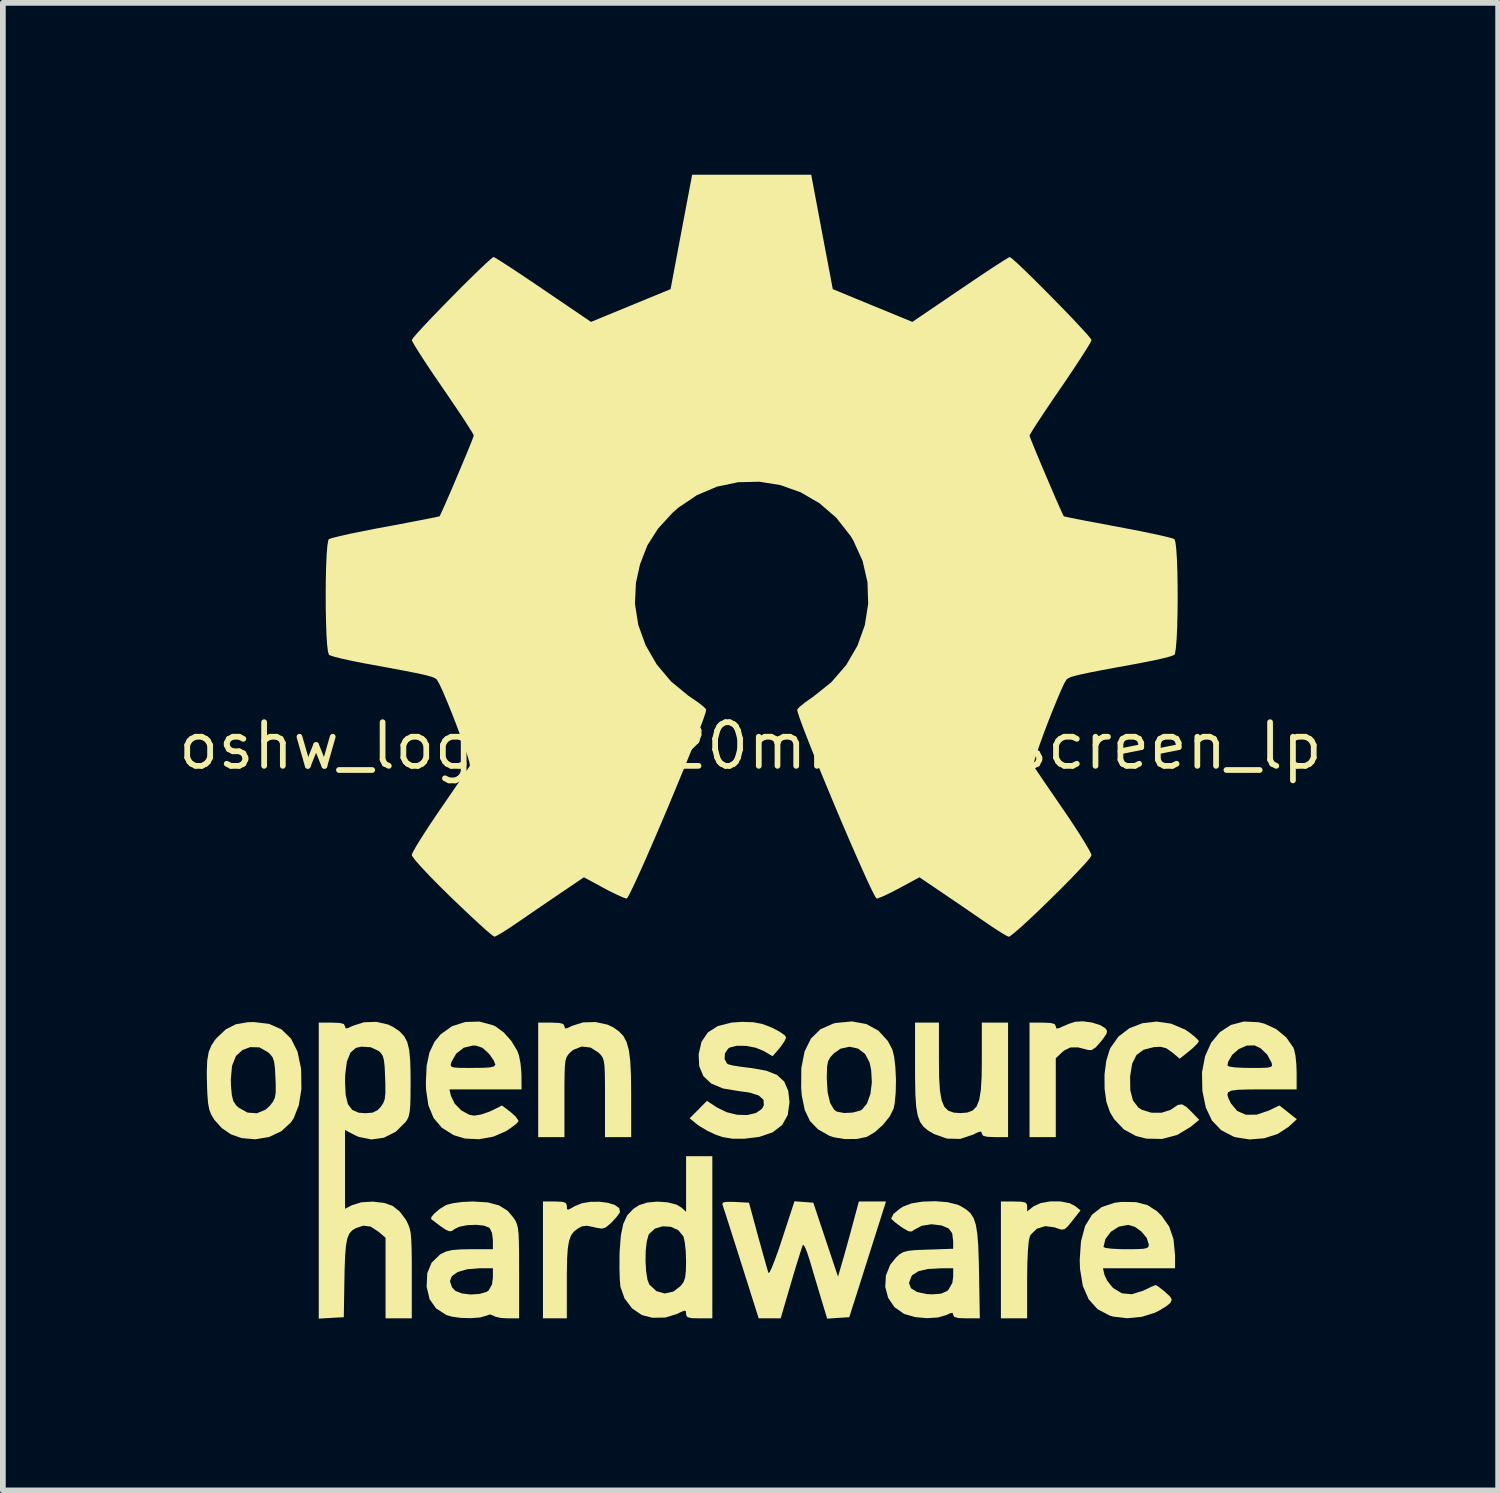
<source format=kicad_pcb>
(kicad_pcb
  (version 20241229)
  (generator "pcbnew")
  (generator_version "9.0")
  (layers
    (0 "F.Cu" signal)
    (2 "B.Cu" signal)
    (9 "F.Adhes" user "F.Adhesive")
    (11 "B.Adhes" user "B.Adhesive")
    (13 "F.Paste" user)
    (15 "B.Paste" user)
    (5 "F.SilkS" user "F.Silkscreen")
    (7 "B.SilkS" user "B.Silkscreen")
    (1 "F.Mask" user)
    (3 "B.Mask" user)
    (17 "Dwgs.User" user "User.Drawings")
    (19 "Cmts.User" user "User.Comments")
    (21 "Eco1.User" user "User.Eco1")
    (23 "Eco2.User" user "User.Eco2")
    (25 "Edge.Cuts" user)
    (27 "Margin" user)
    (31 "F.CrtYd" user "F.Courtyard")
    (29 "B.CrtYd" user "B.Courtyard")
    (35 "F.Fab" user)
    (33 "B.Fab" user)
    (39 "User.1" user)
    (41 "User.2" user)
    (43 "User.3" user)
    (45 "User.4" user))
  (footprint "oshw_logo_19x20mm_silkscreen_lp"
    (layer "F.Cu")
    (at 10.052 9.973)
    (property "Reference" "oshw_logo_19x20mm_silkscreen_lp" (at 0 0 0) (layer "F.SilkS") (effects (font (size 0.762 0.762) (thickness 0.1))))
    (attr through_hole)
    (fp_poly (pts (xy 5.959 4.828) (xy 6.102 4.872) (xy 6.194 4.927) (xy 6.224 4.971) (xy 6.216 5.023) (xy 6.162 5.104) (xy 6.117 5.162) (xy 6.024 5.266) (xy 5.953 5.31) (xy 5.893 5.307) (xy 5.716 5.262) (xy 5.585 5.264) (xy 5.479 5.315) (xy 5.444 5.345) (xy 5.33 5.451) (xy 5.33 6.829) (xy 4.872 6.829) (xy 4.872 4.83) (xy 5.101 4.83) (xy 5.238 4.836) (xy 5.309 4.855) (xy 5.33 4.893) (xy 5.33 4.894) (xy 5.34 4.933) (xy 5.383 4.928) (xy 5.444 4.9) (xy 5.57 4.847) (xy 5.672 4.815) (xy 5.803 4.807) (xy 5.959 4.828)) (stroke (width 0) (type solid)) (fill yes) (layer "F.SilkS"))
    (fp_poly (pts (xy 5.415 7.952) (xy 5.575 7.984) (xy 5.666 8.031) (xy 5.762 8.108) (xy 5.626 8.281) (xy 5.542 8.385) (xy 5.485 8.436) (xy 5.428 8.444) (xy 5.345 8.418) (xy 5.306 8.404) (xy 5.147 8.383) (xy 5.001 8.428) (xy 4.895 8.529) (xy 4.877 8.562) (xy 4.858 8.647) (xy 4.844 8.805) (xy 4.834 9.023) (xy 4.83 9.291) (xy 4.83 9.329) (xy 4.83 9.993) (xy 4.372 9.993) (xy 4.372 7.953) (xy 4.601 7.953) (xy 4.733 7.957) (xy 4.802 7.972) (xy 4.827 8.007) (xy 4.83 8.039) (xy 4.83 8.126) (xy 4.94 8.039) (xy 5.066 7.981) (xy 5.235 7.951) (xy 5.415 7.952)) (stroke (width 0) (type solid)) (fill yes) (layer "F.SilkS"))
    (fp_poly (pts (xy -3.289 7.958) (xy -3.227 7.976) (xy -3.207 8.017) (xy -3.206 8.036) (xy -3.203 8.087) (xy -3.178 8.095) (xy -3.111 8.06) (xy -3.071 8.036) (xy -2.945 7.984) (xy -2.795 7.959) (xy -2.638 7.957) (xy -2.49 7.976) (xy -2.37 8.013) (xy -2.293 8.067) (xy -2.278 8.134) (xy -2.286 8.152) (xy -2.341 8.228) (xy -2.427 8.321) (xy -2.443 8.336) (xy -2.525 8.405) (xy -2.595 8.427) (xy -2.694 8.411) (xy -2.734 8.401) (xy -2.857 8.376) (xy -2.943 8.387) (xy -3.017 8.427) (xy -3.084 8.479) (xy -3.133 8.546) (xy -3.167 8.639) (xy -3.189 8.77) (xy -3.201 8.954) (xy -3.206 9.201) (xy -3.206 9.351) (xy -3.206 9.993) (xy -3.623 9.993) (xy -3.623 7.953) (xy -3.414 7.953) (xy -3.289 7.958)) (stroke (width 0) (type solid)) (fill yes) (layer "F.SilkS"))
    (fp_poly (pts (xy 3.29 5.478) (xy 3.293 5.784) (xy 3.308 6.016) (xy 3.337 6.184) (xy 3.383 6.298) (xy 3.452 6.367) (xy 3.547 6.401) (xy 3.664 6.41) (xy 3.787 6.4) (xy 3.88 6.364) (xy 3.948 6.293) (xy 3.994 6.177) (xy 4.022 6.005) (xy 4.036 5.77) (xy 4.039 5.478) (xy 4.039 4.83) (xy 4.497 4.83) (xy 4.497 6.829) (xy 4.268 6.829) (xy 4.13 6.823) (xy 4.059 6.804) (xy 4.039 6.766) (xy 4.027 6.733) (xy 3.979 6.74) (xy 3.883 6.787) (xy 3.664 6.86) (xy 3.43 6.855) (xy 3.207 6.776) (xy 3.1 6.714) (xy 3.019 6.646) (xy 2.96 6.562) (xy 2.919 6.449) (xy 2.893 6.296) (xy 2.879 6.09) (xy 2.874 5.82) (xy 2.873 5.612) (xy 2.873 4.83) (xy 3.29 4.83) (xy 3.29 5.478)) (stroke (width 0) (type solid)) (fill yes) (layer "F.SilkS"))
    (fp_poly (pts (xy -2.497 4.865) (xy -2.393 4.914) (xy -2.293 4.986) (xy -2.216 5.068) (xy -2.161 5.173) (xy -2.123 5.312) (xy -2.099 5.498) (xy -2.087 5.742) (xy -2.083 6.057) (xy -2.083 6.09) (xy -2.082 6.829) (xy -2.54 6.829) (xy -2.54 6.147) (xy -2.54 5.895) (xy -2.543 5.712) (xy -2.549 5.585) (xy -2.561 5.499) (xy -2.58 5.442) (xy -2.609 5.399) (xy -2.65 5.356) (xy -2.792 5.265) (xy -2.947 5.248) (xy -3.094 5.306) (xy -3.146 5.349) (xy -3.183 5.389) (xy -3.21 5.433) (xy -3.229 5.492) (xy -3.24 5.582) (xy -3.245 5.716) (xy -3.248 5.907) (xy -3.248 6.14) (xy -3.248 6.829) (xy -3.706 6.829) (xy -3.706 4.83) (xy -3.477 4.83) (xy -3.339 4.836) (xy -3.268 4.855) (xy -3.248 4.893) (xy -3.248 4.894) (xy -3.238 4.931) (xy -3.196 4.926) (xy -3.113 4.886) (xy -2.923 4.826) (xy -2.706 4.82) (xy -2.497 4.865)) (stroke (width 0) (type solid)) (fill yes) (layer "F.SilkS"))
    (fp_poly (pts (xy 7.342 4.848) (xy 7.584 4.95) (xy 7.66 5) (xy 7.757 5.077) (xy 7.818 5.137) (xy 7.828 5.157) (xy 7.798 5.2) (xy 7.722 5.274) (xy 7.661 5.326) (xy 7.493 5.46) (xy 7.361 5.349) (xy 7.258 5.277) (xy 7.159 5.252) (xy 7.044 5.258) (xy 6.863 5.303) (xy 6.738 5.397) (xy 6.663 5.548) (xy 6.628 5.766) (xy 6.628 5.766) (xy 6.631 6.01) (xy 6.677 6.189) (xy 6.77 6.311) (xy 6.833 6.352) (xy 7 6.403) (xy 7.178 6.403) (xy 7.333 6.354) (xy 7.37 6.329) (xy 7.462 6.267) (xy 7.534 6.257) (xy 7.612 6.303) (xy 7.698 6.386) (xy 7.834 6.527) (xy 7.683 6.651) (xy 7.45 6.791) (xy 7.187 6.861) (xy 6.912 6.856) (xy 6.731 6.81) (xy 6.52 6.696) (xy 6.351 6.518) (xy 6.275 6.392) (xy 6.213 6.211) (xy 6.182 5.982) (xy 6.181 5.734) (xy 6.212 5.495) (xy 6.273 5.296) (xy 6.282 5.275) (xy 6.424 5.074) (xy 6.616 4.928) (xy 6.843 4.84) (xy 7.091 4.812) (xy 7.342 4.848)) (stroke (width 0) (type solid)) (fill yes) (layer "F.SilkS"))
    (fp_poly (pts (xy 2.023 4.855) (xy 2.233 4.97) (xy 2.398 5.151) (xy 2.476 5.298) (xy 2.509 5.428) (xy 2.53 5.613) (xy 2.54 5.827) (xy 2.536 6.042) (xy 2.519 6.23) (xy 2.499 6.331) (xy 2.431 6.468) (xy 2.313 6.615) (xy 2.171 6.742) (xy 2.031 6.825) (xy 2.027 6.826) (xy 1.853 6.862) (xy 1.646 6.863) (xy 1.45 6.831) (xy 1.374 6.804) (xy 1.179 6.693) (xy 1.039 6.548) (xy 0.948 6.357) (xy 0.896 6.105) (xy 0.885 5.973) (xy 0.886 5.808) (xy 1.332 5.808) (xy 1.347 6.049) (xy 1.391 6.233) (xy 1.46 6.351) (xy 1.509 6.385) (xy 1.634 6.408) (xy 1.783 6.401) (xy 1.912 6.367) (xy 1.946 6.349) (xy 2.035 6.241) (xy 2.094 6.075) (xy 2.119 5.874) (xy 2.107 5.658) (xy 2.08 5.528) (xy 2.001 5.377) (xy 1.877 5.283) (xy 1.728 5.251) (xy 1.573 5.285) (xy 1.454 5.368) (xy 1.392 5.437) (xy 1.355 5.505) (xy 1.338 5.597) (xy 1.333 5.738) (xy 1.332 5.808) (xy 0.886 5.808) (xy 0.888 5.621) (xy 0.945 5.333) (xy 1.056 5.108) (xy 1.222 4.946) (xy 1.442 4.848) (xy 1.489 4.836) (xy 1.772 4.809) (xy 2.023 4.855)) (stroke (width 0) (type solid)) (fill yes) (layer "F.SilkS"))
    (fp_poly (pts (xy 1.097 7.974) (xy 1.312 8.619) (xy 1.528 9.265) (xy 1.595 9.036) (xy 1.636 8.894) (xy 1.689 8.703) (xy 1.747 8.493) (xy 1.777 8.38) (xy 1.892 7.953) (xy 2.366 7.953) (xy 2.224 8.401) (xy 2.154 8.621) (xy 2.07 8.886) (xy 1.982 9.163) (xy 1.904 9.41) (xy 1.725 9.973) (xy 1.532 9.985) (xy 1.339 9.998) (xy 1.234 9.652) (xy 1.17 9.437) (xy 1.099 9.201) (xy 1.038 8.992) (xy 1.035 8.983) (xy 0.989 8.842) (xy 0.949 8.745) (xy 0.92 8.708) (xy 0.914 8.713) (xy 0.894 8.769) (xy 0.855 8.891) (xy 0.802 9.061) (xy 0.74 9.266) (xy 0.707 9.379) (xy 0.527 9.993) (xy 0.143 9.993) (xy -0.163 9.025) (xy -0.249 8.754) (xy -0.328 8.507) (xy -0.395 8.297) (xy -0.447 8.135) (xy -0.48 8.033) (xy -0.49 8.003) (xy -0.482 7.972) (xy -0.419 7.959) (xy -0.289 7.96) (xy -0.268 7.961) (xy -0.026 7.974) (xy 0.132 8.557) (xy 0.191 8.769) (xy 0.243 8.956) (xy 0.284 9.101) (xy 0.31 9.188) (xy 0.315 9.202) (xy 0.335 9.186) (xy 0.375 9.102) (xy 0.43 8.961) (xy 0.497 8.775) (xy 0.553 8.607) (xy 0.768 7.949) (xy 1.097 7.974)) (stroke (width 0) (type solid)) (fill yes) (layer "F.SilkS"))
    (fp_poly (pts (xy -8.405 4.852) (xy -8.188 4.948) (xy -8.022 5.109) (xy -7.909 5.334) (xy -7.848 5.625) (xy -7.844 5.67) (xy -7.84 5.99) (xy -7.885 6.271) (xy -7.974 6.498) (xy -8.022 6.571) (xy -8.19 6.726) (xy -8.403 6.826) (xy -8.642 6.867) (xy -8.885 6.846) (xy -9.07 6.781) (xy -9.23 6.671) (xy -9.36 6.527) (xy -9.362 6.524) (xy -9.415 6.435) (xy -9.449 6.346) (xy -9.47 6.233) (xy -9.482 6.074) (xy -9.487 5.944) (xy -9.49 5.826) (xy -9.073 5.826) (xy -9.069 5.943) (xy -9.054 6.1) (xy -9.028 6.201) (xy -8.981 6.272) (xy -8.937 6.314) (xy -8.781 6.401) (xy -8.618 6.413) (xy -8.466 6.35) (xy -8.39 6.28) (xy -8.335 6.209) (xy -8.303 6.141) (xy -8.289 6.052) (xy -8.288 5.919) (xy -8.293 5.797) (xy -8.302 5.623) (xy -8.317 5.51) (xy -8.343 5.436) (xy -8.388 5.379) (xy -8.424 5.347) (xy -8.573 5.262) (xy -8.733 5.258) (xy -8.868 5.308) (xy -8.983 5.413) (xy -9.051 5.585) (xy -9.073 5.826) (xy -9.49 5.826) (xy -9.492 5.685) (xy -9.484 5.491) (xy -9.459 5.345) (xy -9.413 5.23) (xy -9.345 5.128) (xy -9.319 5.098) (xy -9.159 4.947) (xy -8.988 4.86) (xy -8.778 4.823) (xy -8.676 4.82) (xy -8.405 4.852)) (stroke (width 0) (type solid)) (fill yes) (layer "F.SilkS"))
    (fp_poly (pts (xy -0.666 9.993) (xy -0.895 9.993) (xy -1.028 9.99) (xy -1.097 9.973) (xy -1.122 9.938) (xy -1.124 9.915) (xy -1.128 9.867) (xy -1.155 9.858) (xy -1.225 9.887) (xy -1.279 9.915) (xy -1.487 9.979) (xy -1.713 9.983) (xy -1.897 9.935) (xy -2.068 9.818) (xy -2.198 9.646) (xy -2.27 9.443) (xy -2.272 9.431) (xy -2.282 9.307) (xy -2.287 9.129) (xy -2.287 8.994) (xy -1.832 8.994) (xy -1.822 9.173) (xy -1.798 9.321) (xy -1.765 9.404) (xy -1.642 9.518) (xy -1.497 9.559) (xy -1.346 9.526) (xy -1.218 9.427) (xy -1.169 9.361) (xy -1.141 9.282) (xy -1.128 9.167) (xy -1.124 8.994) (xy -1.13 8.822) (xy -1.146 8.672) (xy -1.168 8.571) (xy -1.171 8.562) (xy -1.26 8.454) (xy -1.389 8.395) (xy -1.534 8.386) (xy -1.669 8.427) (xy -1.769 8.519) (xy -1.779 8.537) (xy -1.811 8.65) (xy -1.829 8.811) (xy -1.832 8.994) (xy -2.287 8.994) (xy -2.287 8.926) (xy -2.284 8.817) (xy -2.263 8.547) (xy -2.221 8.344) (xy -2.151 8.194) (xy -2.046 8.083) (xy -1.945 8.017) (xy -1.803 7.971) (xy -1.626 7.955) (xy -1.445 7.968) (xy -1.291 8.008) (xy -1.209 8.056) (xy -1.124 8.133) (xy -1.124 7.162) (xy -0.666 7.162) (xy -0.666 9.993)) (stroke (width 0) (type solid)) (fill yes) (layer "F.SilkS"))
    (fp_poly (pts (xy 8.868 4.823) (xy 8.974 4.849) (xy 9.179 4.944) (xy 9.354 5.089) (xy 9.475 5.262) (xy 9.491 5.301) (xy 9.514 5.403) (xy 9.53 5.555) (xy 9.535 5.707) (xy 9.535 5.996) (xy 8.932 5.996) (xy 8.683 5.997) (xy 8.507 6.003) (xy 8.396 6.018) (xy 8.338 6.046) (xy 8.326 6.092) (xy 8.348 6.16) (xy 8.387 6.24) (xy 8.498 6.373) (xy 8.651 6.439) (xy 8.838 6.437) (xy 9.05 6.365) (xy 9.234 6.276) (xy 9.386 6.396) (xy 9.538 6.517) (xy 9.395 6.649) (xy 9.204 6.774) (xy 8.969 6.849) (xy 8.716 6.87) (xy 8.471 6.832) (xy 8.432 6.82) (xy 8.217 6.707) (xy 8.057 6.54) (xy 7.949 6.313) (xy 7.889 6.02) (xy 7.889 6.014) (xy 7.883 5.695) (xy 7.905 5.582) (xy 8.328 5.582) (xy 8.367 5.599) (xy 8.472 5.613) (xy 8.628 5.62) (xy 8.726 5.621) (xy 8.91 5.621) (xy 9.025 5.616) (xy 9.085 5.604) (xy 9.106 5.581) (xy 9.101 5.542) (xy 9.096 5.528) (xy 9.022 5.389) (xy 8.905 5.277) (xy 8.801 5.228) (xy 8.664 5.231) (xy 8.525 5.292) (xy 8.408 5.394) (xy 8.338 5.517) (xy 8.328 5.582) (xy 7.905 5.582) (xy 7.937 5.415) (xy 8.043 5.18) (xy 8.195 4.996) (xy 8.387 4.871) (xy 8.614 4.811) (xy 8.868 4.823)) (stroke (width 0) (type solid)) (fill yes) (layer "F.SilkS"))
    (fp_poly (pts (xy 0.046 4.823) (xy 0.204 4.853) (xy 0.368 4.915) (xy 0.385 4.923) (xy 0.509 4.989) (xy 0.595 5.049) (xy 0.623 5.088) (xy 0.596 5.151) (xy 0.532 5.245) (xy 0.504 5.28) (xy 0.386 5.417) (xy 0.235 5.328) (xy 0.091 5.268) (xy -0.076 5.236) (xy -0.236 5.234) (xy -0.359 5.264) (xy -0.389 5.283) (xy -0.446 5.368) (xy -0.452 5.467) (xy -0.41 5.544) (xy -0.385 5.559) (xy -0.31 5.578) (xy -0.178 5.599) (xy -0.016 5.62) (xy 0.014 5.623) (xy 0.275 5.669) (xy 0.464 5.745) (xy 0.59 5.86) (xy 0.659 6.021) (xy 0.681 6.218) (xy 0.651 6.441) (xy 0.554 6.617) (xy 0.388 6.745) (xy 0.155 6.825) (xy -0.104 6.857) (xy -0.315 6.857) (xy -0.487 6.828) (xy -0.604 6.788) (xy -0.752 6.719) (xy -0.888 6.638) (xy -0.937 6.603) (xy -1.062 6.501) (xy -0.76 6.196) (xy -0.589 6.309) (xy -0.417 6.394) (xy -0.234 6.439) (xy -0.058 6.444) (xy 0.093 6.409) (xy 0.199 6.337) (xy 0.233 6.275) (xy 0.228 6.177) (xy 0.143 6.102) (xy -0.022 6.05) (xy -0.202 6.026) (xy -0.479 5.98) (xy -0.685 5.894) (xy -0.823 5.764) (xy -0.895 5.589) (xy -0.905 5.382) (xy -0.855 5.165) (xy -0.744 5.001) (xy -0.568 4.889) (xy -0.327 4.829) (xy -0.149 4.817) (xy 0.046 4.823)) (stroke (width 0) (type solid)) (fill yes) (layer "F.SilkS"))
    (fp_poly (pts (xy 6.731 7.964) (xy 6.93 8.016) (xy 7.097 8.123) (xy 7.177 8.202) (xy 7.31 8.391) (xy 7.385 8.61) (xy 7.411 8.879) (xy 7.412 8.9) (xy 7.412 9.119) (xy 6.154 9.119) (xy 6.18 9.234) (xy 6.229 9.337) (xy 6.314 9.445) (xy 6.331 9.463) (xy 6.484 9.556) (xy 6.657 9.572) (xy 6.857 9.51) (xy 6.891 9.494) (xy 6.995 9.443) (xy 7.065 9.415) (xy 7.077 9.412) (xy 7.12 9.438) (xy 7.2 9.501) (xy 7.241 9.535) (xy 7.327 9.614) (xy 7.355 9.666) (xy 7.335 9.714) (xy 7.325 9.728) (xy 7.255 9.785) (xy 7.139 9.855) (xy 7.058 9.896) (xy 6.829 9.967) (xy 6.575 9.991) (xy 6.334 9.963) (xy 6.267 9.943) (xy 6.058 9.832) (xy 5.904 9.66) (xy 5.802 9.426) (xy 5.753 9.129) (xy 5.748 8.973) (xy 5.763 8.747) (xy 6.163 8.747) (xy 6.201 8.764) (xy 6.305 8.777) (xy 6.456 8.785) (xy 6.558 8.786) (xy 6.742 8.785) (xy 6.858 8.779) (xy 6.922 8.765) (xy 6.949 8.74) (xy 6.954 8.703) (xy 6.918 8.591) (xy 6.828 8.48) (xy 6.71 8.395) (xy 6.592 8.361) (xy 6.431 8.392) (xy 6.292 8.481) (xy 6.196 8.609) (xy 6.163 8.747) (xy 5.763 8.747) (xy 5.771 8.644) (xy 5.842 8.381) (xy 5.962 8.184) (xy 6.134 8.049) (xy 6.358 7.975) (xy 6.479 7.96) (xy 6.731 7.964)) (stroke (width 0) (type solid)) (fill yes) (layer "F.SilkS"))
    (fp_poly (pts (xy -4.493 4.877) (xy -4.451 4.896) (xy -4.308 5.001) (xy -4.172 5.155) (xy -4.07 5.324) (xy -4.042 5.402) (xy -4.015 5.54) (xy -4 5.708) (xy -3.998 5.777) (xy -3.997 5.996) (xy -5.256 5.996) (xy -5.229 6.111) (xy -5.163 6.246) (xy -5.048 6.363) (xy -4.911 6.438) (xy -4.824 6.454) (xy -4.705 6.435) (xy -4.564 6.387) (xy -4.516 6.366) (xy -4.339 6.277) (xy -4.187 6.392) (xy -4.1 6.47) (xy -4.054 6.535) (xy -4.051 6.554) (xy -4.093 6.6) (xy -4.184 6.669) (xy -4.266 6.724) (xy -4.489 6.821) (xy -4.739 6.866) (xy -4.987 6.854) (xy -5.184 6.794) (xy -5.388 6.665) (xy -5.532 6.496) (xy -5.623 6.276) (xy -5.664 5.998) (xy -5.667 5.871) (xy -5.653 5.579) (xy -5.651 5.571) (xy -5.234 5.571) (xy -5.223 5.598) (xy -5.175 5.613) (xy -5.078 5.62) (xy -4.916 5.621) (xy -4.854 5.621) (xy -4.664 5.619) (xy -4.544 5.611) (xy -4.479 5.595) (xy -4.456 5.568) (xy -4.455 5.56) (xy -4.482 5.492) (xy -4.547 5.397) (xy -4.575 5.364) (xy -4.679 5.27) (xy -4.788 5.233) (xy -4.847 5.23) (xy -5.005 5.268) (xy -5.138 5.372) (xy -5.223 5.523) (xy -5.224 5.528) (xy -5.234 5.571) (xy -5.651 5.571) (xy -5.604 5.35) (xy -5.517 5.166) (xy -5.41 5.036) (xy -5.213 4.894) (xy -4.981 4.819) (xy -4.734 4.812) (xy -4.493 4.877)) (stroke (width 0) (type solid)) (fill yes) (layer "F.SilkS"))
    (fp_poly (pts (xy 3.439 7.965) (xy 3.614 8.008) (xy 3.665 8.031) (xy 3.763 8.09) (xy 3.839 8.156) (xy 3.895 8.242) (xy 3.934 8.358) (xy 3.96 8.517) (xy 3.977 8.729) (xy 3.986 9.007) (xy 3.99 9.192) (xy 4.004 9.993) (xy 3.772 9.993) (xy 3.631 9.988) (xy 3.558 9.967) (xy 3.539 9.933) (xy 3.529 9.897) (xy 3.485 9.904) (xy 3.425 9.933) (xy 3.274 9.978) (xy 3.08 9.99) (xy 2.876 9.971) (xy 2.694 9.92) (xy 2.678 9.913) (xy 2.512 9.796) (xy 2.403 9.634) (xy 2.353 9.445) (xy 2.357 9.378) (xy 2.767 9.378) (xy 2.803 9.469) (xy 2.91 9.534) (xy 3.083 9.57) (xy 3.175 9.574) (xy 3.329 9.562) (xy 3.431 9.516) (xy 3.456 9.494) (xy 3.524 9.374) (xy 3.539 9.265) (xy 3.539 9.119) (xy 3.336 9.119) (xy 3.1 9.131) (xy 2.935 9.169) (xy 2.83 9.235) (xy 2.807 9.265) (xy 2.767 9.378) (xy 2.357 9.378) (xy 2.364 9.247) (xy 2.439 9.058) (xy 2.542 8.93) (xy 2.604 8.874) (xy 2.665 8.838) (xy 2.744 8.816) (xy 2.861 8.803) (xy 3.036 8.795) (xy 3.105 8.793) (xy 3.539 8.778) (xy 3.539 8.647) (xy 3.522 8.509) (xy 3.461 8.425) (xy 3.338 8.372) (xy 3.335 8.371) (xy 3.161 8.35) (xy 2.99 8.377) (xy 2.863 8.444) (xy 2.812 8.477) (xy 2.758 8.472) (xy 2.673 8.424) (xy 2.624 8.391) (xy 2.527 8.319) (xy 2.467 8.265) (xy 2.457 8.249) (xy 2.497 8.169) (xy 2.614 8.074) (xy 2.665 8.042) (xy 2.811 7.986) (xy 3.008 7.955) (xy 3.227 7.948) (xy 3.439 7.965)) (stroke (width 0) (type solid)) (fill yes) (layer "F.SilkS"))
    (fp_poly (pts (xy -4.584 7.969) (xy -4.388 8.022) (xy -4.239 8.116) (xy -4.134 8.24) (xy -4.101 8.293) (xy -4.077 8.349) (xy -4.06 8.42) (xy -4.049 8.519) (xy -4.043 8.66) (xy -4.04 8.855) (xy -4.039 9.118) (xy -4.039 9.188) (xy -4.039 9.993) (xy -4.239 9.993) (xy -4.366 9.985) (xy -4.461 9.962) (xy -4.484 9.948) (xy -4.549 9.924) (xy -4.615 9.948) (xy -4.723 9.978) (xy -4.881 9.99) (xy -5.056 9.985) (xy -5.216 9.963) (xy -5.309 9.935) (xy -5.49 9.819) (xy -5.602 9.658) (xy -5.653 9.444) (xy -5.654 9.438) (xy -5.649 9.344) (xy -5.247 9.344) (xy -5.211 9.451) (xy -5.154 9.512) (xy -5.039 9.558) (xy -4.887 9.577) (xy -4.732 9.567) (xy -4.608 9.531) (xy -4.573 9.508) (xy -4.512 9.401) (xy -4.497 9.279) (xy -4.497 9.119) (xy -4.727 9.119) (xy -4.946 9.136) (xy -5.112 9.184) (xy -5.215 9.258) (xy -5.247 9.344) (xy -5.649 9.344) (xy -5.643 9.205) (xy -5.566 9.02) (xy -5.421 8.88) (xy -5.401 8.867) (xy -5.315 8.826) (xy -5.208 8.801) (xy -5.059 8.789) (xy -4.882 8.786) (xy -4.497 8.786) (xy -4.497 8.624) (xy -4.513 8.499) (xy -4.555 8.415) (xy -4.56 8.411) (xy -4.653 8.374) (xy -4.793 8.36) (xy -4.948 8.367) (xy -5.084 8.394) (xy -5.166 8.434) (xy -5.21 8.467) (xy -5.256 8.473) (xy -5.32 8.446) (xy -5.417 8.38) (xy -5.563 8.269) (xy -5.576 8.259) (xy -5.569 8.22) (xy -5.512 8.156) (xy -5.426 8.084) (xy -5.33 8.024) (xy -5.3 8.01) (xy -5.19 7.982) (xy -5.03 7.961) (xy -4.85 7.953) (xy -4.842 7.953) (xy -4.584 7.969)) (stroke (width 0) (type solid)) (fill yes) (layer "F.SilkS"))
    (fp_poly (pts (xy -6.321 4.865) (xy -6.233 4.909) (xy -6.125 4.984) (xy -6.046 5.067) (xy -5.992 5.17) (xy -5.958 5.309) (xy -5.94 5.497) (xy -5.934 5.749) (xy -5.934 5.858) (xy -5.935 6.095) (xy -5.939 6.265) (xy -5.949 6.383) (xy -5.966 6.463) (xy -5.992 6.523) (xy -6.019 6.563) (xy -6.193 6.735) (xy -6.398 6.839) (xy -6.618 6.87) (xy -6.84 6.825) (xy -6.91 6.793) (xy -7.079 6.705) (xy -7.079 8.08) (xy -6.956 8.017) (xy -6.794 7.967) (xy -6.595 7.955) (xy -6.396 7.978) (xy -6.246 8.03) (xy -6.122 8.13) (xy -6.016 8.272) (xy -6.008 8.287) (xy -5.974 8.356) (xy -5.949 8.425) (xy -5.932 8.509) (xy -5.922 8.622) (xy -5.916 8.778) (xy -5.913 8.99) (xy -5.913 9.23) (xy -5.913 9.993) (xy -6.371 9.993) (xy -6.371 8.585) (xy -6.499 8.477) (xy -6.632 8.391) (xy -6.758 8.375) (xy -6.885 8.416) (xy -6.952 8.455) (xy -7.003 8.512) (xy -7.038 8.597) (xy -7.062 8.722) (xy -7.077 8.901) (xy -7.086 9.144) (xy -7.089 9.306) (xy -7.1 9.973) (xy -7.318 9.985) (xy -7.537 9.998) (xy -7.537 5.863) (xy -7.079 5.863) (xy -7.067 6.094) (xy -7.028 6.254) (xy -6.954 6.353) (xy -6.84 6.403) (xy -6.725 6.412) (xy -6.594 6.401) (xy -6.508 6.357) (xy -6.453 6.298) (xy -6.411 6.235) (xy -6.385 6.165) (xy -6.374 6.066) (xy -6.374 5.918) (xy -6.378 5.795) (xy -6.386 5.608) (xy -6.399 5.486) (xy -6.421 5.408) (xy -6.457 5.356) (xy -6.49 5.326) (xy -6.629 5.26) (xy -6.795 5.25) (xy -6.889 5.272) (xy -6.983 5.353) (xy -7.046 5.509) (xy -7.076 5.741) (xy -7.079 5.863) (xy -7.537 5.863) (xy -7.537 4.83) (xy -7.308 4.83) (xy -7.17 4.836) (xy -7.099 4.855) (xy -7.079 4.893) (xy -7.079 4.894) (xy -7.069 4.931) (xy -7.027 4.926) (xy -6.943 4.886) (xy -6.748 4.824) (xy -6.529 4.817) (xy -6.321 4.865)) (stroke (width 0) (type solid)) (fill yes) (layer "F.SilkS"))
    (fp_poly (pts (xy 1.248 -8.974) (xy 1.437 -7.975) (xy 2.131 -7.689) (xy 2.826 -7.403) (xy 3.659 -7.969) (xy 3.893 -8.127) (xy 4.103 -8.268) (xy 4.282 -8.386) (xy 4.419 -8.473) (xy 4.503 -8.525) (xy 4.526 -8.536) (xy 4.568 -8.507) (xy 4.657 -8.428) (xy 4.783 -8.309) (xy 4.936 -8.159) (xy 5.107 -7.989) (xy 5.285 -7.809) (xy 5.46 -7.63) (xy 5.624 -7.46) (xy 5.764 -7.31) (xy 5.873 -7.191) (xy 5.939 -7.112) (xy 5.954 -7.086) (xy 5.932 -7.037) (xy 5.868 -6.931) (xy 5.77 -6.777) (xy 5.644 -6.586) (xy 5.498 -6.368) (xy 5.413 -6.244) (xy 5.258 -6.018) (xy 5.121 -5.813) (xy 5.007 -5.641) (xy 4.924 -5.511) (xy 4.879 -5.434) (xy 4.872 -5.418) (xy 4.887 -5.372) (xy 4.93 -5.265) (xy 4.993 -5.111) (xy 5.07 -4.927) (xy 5.155 -4.726) (xy 5.241 -4.525) (xy 5.321 -4.338) (xy 5.391 -4.18) (xy 5.442 -4.066) (xy 5.469 -4.012) (xy 5.47 -4.009) (xy 5.513 -3.999) (xy 5.625 -3.976) (xy 5.796 -3.942) (xy 6.014 -3.901) (xy 6.268 -3.853) (xy 6.415 -3.825) (xy 6.686 -3.774) (xy 6.93 -3.725) (xy 7.136 -3.681) (xy 7.291 -3.645) (xy 7.383 -3.619) (xy 7.401 -3.611) (xy 7.419 -3.557) (xy 7.434 -3.433) (xy 7.445 -3.256) (xy 7.453 -3.038) (xy 7.457 -2.795) (xy 7.458 -2.541) (xy 7.455 -2.29) (xy 7.449 -2.057) (xy 7.439 -1.856) (xy 7.426 -1.702) (xy 7.41 -1.609) (xy 7.4 -1.59) (xy 7.341 -1.567) (xy 7.217 -1.533) (xy 7.043 -1.494) (xy 6.837 -1.453) (xy 6.765 -1.439) (xy 6.418 -1.376) (xy 6.143 -1.325) (xy 5.933 -1.284) (xy 5.777 -1.251) (xy 5.667 -1.225) (xy 5.594 -1.203) (xy 5.549 -1.183) (xy 5.522 -1.163) (xy 5.518 -1.159) (xy 5.48 -1.097) (xy 5.423 -0.975) (xy 5.352 -0.808) (xy 5.272 -0.612) (xy 5.189 -0.402) (xy 5.11 -0.192) (xy 5.04 0.002) (xy 4.984 0.166) (xy 4.949 0.285) (xy 4.939 0.344) (xy 4.94 0.346) (xy 4.972 0.394) (xy 5.043 0.5) (xy 5.146 0.652) (xy 5.275 0.839) (xy 5.42 1.052) (xy 5.462 1.112) (xy 5.61 1.331) (xy 5.74 1.531) (xy 5.845 1.7) (xy 5.918 1.826) (xy 5.953 1.9) (xy 5.954 1.909) (xy 5.926 1.956) (xy 5.846 2.05) (xy 5.725 2.18) (xy 5.575 2.337) (xy 5.404 2.51) (xy 5.223 2.688) (xy 5.043 2.863) (xy 4.873 3.024) (xy 4.724 3.161) (xy 4.606 3.263) (xy 4.53 3.322) (xy 4.509 3.331) (xy 4.46 3.309) (xy 4.359 3.248) (xy 4.223 3.16) (xy 4.119 3.089) (xy 3.929 2.959) (xy 3.705 2.805) (xy 3.48 2.652) (xy 3.359 2.57) (xy 2.95 2.293) (xy 2.606 2.479) (xy 2.45 2.561) (xy 2.316 2.624) (xy 2.226 2.66) (xy 2.203 2.665) (xy 2.176 2.628) (xy 2.122 2.523) (xy 2.044 2.36) (xy 1.949 2.149) (xy 1.838 1.899) (xy 1.717 1.621) (xy 1.589 1.322) (xy 1.459 1.014) (xy 1.331 0.706) (xy 1.208 0.408) (xy 1.095 0.129) (xy 0.996 -0.121) (xy 0.914 -0.333) (xy 0.855 -0.496) (xy 0.821 -0.601) (xy 0.816 -0.637) (xy 0.859 -0.684) (xy 0.952 -0.759) (xy 1.077 -0.847) (xy 1.088 -0.854) (xy 1.411 -1.112) (xy 1.672 -1.414) (xy 1.867 -1.749) (xy 1.996 -2.108) (xy 2.055 -2.482) (xy 2.043 -2.859) (xy 1.957 -3.232) (xy 1.794 -3.59) (xy 1.746 -3.668) (xy 1.498 -3.984) (xy 1.204 -4.238) (xy 0.876 -4.428) (xy 0.523 -4.554) (xy 0.155 -4.613) (xy -0.217 -4.604) (xy -0.584 -4.527) (xy -0.934 -4.379) (xy -1.259 -4.16) (xy -1.359 -4.072) (xy -1.615 -3.793) (xy -1.801 -3.5) (xy -1.928 -3.172) (xy -2 -2.847) (xy -2.017 -2.481) (xy -1.959 -2.114) (xy -1.83 -1.757) (xy -1.637 -1.423) (xy -1.386 -1.125) (xy -1.082 -0.875) (xy -1.042 -0.848) (xy -0.916 -0.762) (xy -0.82 -0.687) (xy -0.774 -0.639) (xy -0.773 -0.637) (xy -0.783 -0.586) (xy -0.822 -0.468) (xy -0.887 -0.295) (xy -0.972 -0.075) (xy -1.074 0.182) (xy -1.19 0.465) (xy -1.314 0.766) (xy -1.443 1.075) (xy -1.573 1.382) (xy -1.7 1.677) (xy -1.819 1.951) (xy -1.927 2.194) (xy -2.02 2.396) (xy -2.093 2.548) (xy -2.142 2.641) (xy -2.162 2.665) (xy -2.223 2.646) (xy -2.336 2.595) (xy -2.484 2.522) (xy -2.564 2.479) (xy -2.908 2.293) (xy -3.317 2.57) (xy -3.526 2.712) (xy -3.755 2.868) (xy -3.969 3.015) (xy -4.077 3.089) (xy -4.228 3.191) (xy -4.356 3.271) (xy -4.444 3.32) (xy -4.472 3.33) (xy -4.514 3.302) (xy -4.606 3.224) (xy -4.74 3.104) (xy -4.906 2.95) (xy -5.096 2.769) (xy -5.217 2.654) (xy -5.427 2.447) (xy -5.609 2.262) (xy -5.754 2.107) (xy -5.857 1.99) (xy -5.909 1.918) (xy -5.914 1.903) (xy -5.891 1.848) (xy -5.827 1.735) (xy -5.729 1.578) (xy -5.605 1.386) (xy -5.461 1.172) (xy -5.42 1.112) (xy -5.271 0.895) (xy -5.137 0.699) (xy -5.026 0.537) (xy -4.946 0.417) (xy -4.903 0.353) (xy -4.899 0.346) (xy -4.905 0.294) (xy -4.938 0.181) (xy -4.992 0.021) (xy -5.061 -0.171) (xy -5.139 -0.38) (xy -5.221 -0.591) (xy -5.302 -0.789) (xy -5.374 -0.959) (xy -5.434 -1.086) (xy -5.474 -1.156) (xy -5.476 -1.159) (xy -5.501 -1.179) (xy -5.542 -1.199) (xy -5.609 -1.22) (xy -5.712 -1.246) (xy -5.858 -1.277) (xy -6.057 -1.316) (xy -6.319 -1.365) (xy -6.651 -1.426) (xy -6.723 -1.439) (xy -6.937 -1.481) (xy -7.123 -1.521) (xy -7.265 -1.557) (xy -7.347 -1.584) (xy -7.358 -1.59) (xy -7.376 -1.645) (xy -7.391 -1.77) (xy -7.403 -1.948) (xy -7.41 -2.166) (xy -7.415 -2.409) (xy -7.416 -2.663) (xy -7.414 -2.914) (xy -7.408 -3.147) (xy -7.399 -3.347) (xy -7.386 -3.5) (xy -7.37 -3.593) (xy -7.36 -3.611) (xy -7.305 -3.63) (xy -7.181 -3.661) (xy -7 -3.702) (xy -6.773 -3.748) (xy -6.515 -3.799) (xy -6.374 -3.825) (xy -6.106 -3.875) (xy -5.868 -3.921) (xy -5.67 -3.959) (xy -5.524 -3.988) (xy -5.442 -4.006) (xy -5.429 -4.009) (xy -5.406 -4.053) (xy -5.358 -4.159) (xy -5.291 -4.311) (xy -5.211 -4.495) (xy -5.126 -4.696) (xy -5.041 -4.898) (xy -4.962 -5.086) (xy -4.897 -5.245) (xy -4.851 -5.361) (xy -4.831 -5.418) (xy -4.83 -5.42) (xy -4.853 -5.465) (xy -4.917 -5.567) (xy -5.014 -5.718) (xy -5.14 -5.906) (xy -5.286 -6.122) (xy -5.371 -6.246) (xy -5.527 -6.473) (xy -5.664 -6.679) (xy -5.778 -6.854) (xy -5.861 -6.987) (xy -5.906 -7.068) (xy -5.913 -7.086) (xy -5.885 -7.129) (xy -5.807 -7.219) (xy -5.689 -7.347) (xy -5.542 -7.502) (xy -5.374 -7.676) (xy -5.197 -7.856) (xy -5.02 -8.035) (xy -4.852 -8.2) (xy -4.705 -8.343) (xy -4.587 -8.453) (xy -4.51 -8.52) (xy -4.484 -8.536) (xy -4.442 -8.514) (xy -4.34 -8.45) (xy -4.19 -8.353) (xy -4.001 -8.228) (xy -3.782 -8.081) (xy -3.617 -7.969) (xy -2.784 -7.403) (xy -2.09 -7.689) (xy -1.395 -7.975) (xy -1.207 -8.974) (xy -1.018 -9.973) (xy 1.06 -9.973) (xy 1.248 -8.974)) (stroke (width 0) (type solid)) (fill yes) (layer "F.SilkS")))
  (gr_rect
    (start -3 -3)
    (end 23.105 22.97)
    (stroke (width 0.1) (type default))
    (fill no)
    (layer "Edge.Cuts")))
</source>
